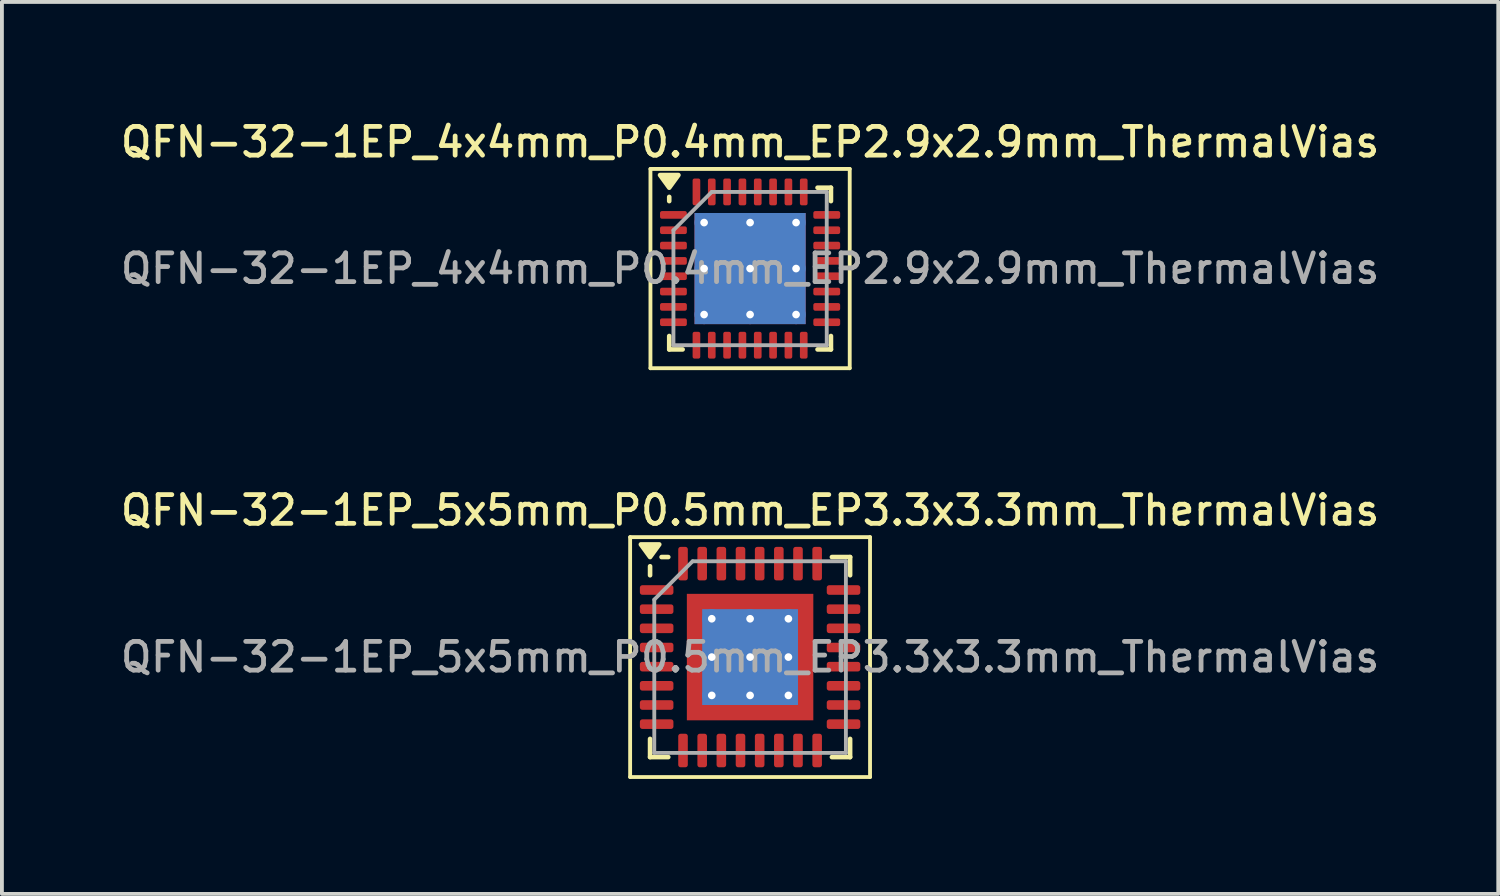
<source format=kicad_pcb>
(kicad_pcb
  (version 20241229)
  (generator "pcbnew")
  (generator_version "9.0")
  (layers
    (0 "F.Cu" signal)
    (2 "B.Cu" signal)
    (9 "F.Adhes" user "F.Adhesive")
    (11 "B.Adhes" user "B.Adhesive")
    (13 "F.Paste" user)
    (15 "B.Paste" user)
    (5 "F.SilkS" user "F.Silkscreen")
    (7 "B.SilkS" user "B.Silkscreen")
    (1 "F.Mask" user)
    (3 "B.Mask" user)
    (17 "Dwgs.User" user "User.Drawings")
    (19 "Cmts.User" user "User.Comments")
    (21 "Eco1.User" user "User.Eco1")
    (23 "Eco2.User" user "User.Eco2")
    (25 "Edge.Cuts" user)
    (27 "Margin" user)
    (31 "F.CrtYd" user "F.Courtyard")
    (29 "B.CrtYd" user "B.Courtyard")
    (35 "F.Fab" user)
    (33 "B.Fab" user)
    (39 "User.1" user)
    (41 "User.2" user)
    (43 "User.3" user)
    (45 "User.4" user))
  (footprint "QFN-32-1EP_4x4mm_P0.4mm_EP2.9x2.9mm_ThermalVias"
    (layer "F.Cu")
    (at 16.523 3.958)
    (property "Reference" "QFN-32-1EP_4x4mm_P0.4mm_EP2.9x2.9mm_ThermalVias" (at 0 -3.3 0) (layer "F.SilkS") (effects (font (size 0.75 0.75) (thickness 0.125))))
    (attr smd)
    (fp_line (start -2.6 -2.6) (end -2.6 2.6) (stroke (width 0.1) (type solid)) (layer "F.SilkS"))
    (fp_line (start -2.6 2.6) (end 2.6 2.6) (stroke (width 0.1) (type solid)) (layer "F.SilkS"))
    (fp_line (start -2.11 -1.76) (end -2.11 -1.87) (stroke (width 0.12) (type solid)) (layer "F.SilkS"))
    (fp_line (start -2.11 2.11) (end -2.11 1.76) (stroke (width 0.12) (type solid)) (layer "F.SilkS"))
    (fp_line (start -1.76 2.11) (end -2.11 2.11) (stroke (width 0.12) (type solid)) (layer "F.SilkS"))
    (fp_line (start 1.76 -2.11) (end 2.11 -2.11) (stroke (width 0.12) (type solid)) (layer "F.SilkS"))
    (fp_line (start 1.76 2.11) (end 2.11 2.11) (stroke (width 0.12) (type solid)) (layer "F.SilkS"))
    (fp_line (start 2.11 -2.11) (end 2.11 -1.76) (stroke (width 0.12) (type solid)) (layer "F.SilkS"))
    (fp_line (start 2.11 2.11) (end 2.11 1.76) (stroke (width 0.12) (type solid)) (layer "F.SilkS"))
    (fp_line (start 2.6 -2.6) (end -2.6 -2.6) (stroke (width 0.1) (type solid)) (layer "F.SilkS"))
    (fp_line (start 2.6 2.6) (end 2.6 -2.6) (stroke (width 0.1) (type solid)) (layer "F.SilkS"))
    (fp_poly (pts (xy -2.11 -2.11) (xy -2.35 -2.44) (xy -1.87 -2.44) (xy -2.11 -2.11)) (stroke (width 0.12) (type solid)) (fill yes) (layer "F.SilkS"))
    (fp_line (start -2 -1) (end -1 -2) (stroke (width 0.1) (type solid)) (layer "F.Fab"))
    (fp_line (start -2 2) (end -2 -1) (stroke (width 0.1) (type solid)) (layer "F.Fab"))
    (fp_line (start -1 -2) (end 2 -2) (stroke (width 0.1) (type solid)) (layer "F.Fab"))
    (fp_line (start 2 -2) (end 2 2) (stroke (width 0.1) (type solid)) (layer "F.Fab"))
    (fp_line (start 2 2) (end -2 2) (stroke (width 0.1) (type solid)) (layer "F.Fab"))
    (fp_text user "${REFERENCE}" (at 0 0 0) (layer "F.Fab") (effects (font (size 0.75 0.75) (thickness 0.125))))
    (pad "" smd roundrect (at -0.725 -0.725) (size 1.26 1.26) (layers "F.Paste") (roundrect_rratio 0.198))
    (pad "" smd roundrect (at -0.725 0.725) (size 1.26 1.26) (layers "F.Paste") (roundrect_rratio 0.198))
    (pad "" smd roundrect (at 0.725 -0.725) (size 1.26 1.26) (layers "F.Paste") (roundrect_rratio 0.198))
    (pad "" smd roundrect (at 0.725 0.725) (size 1.26 1.26) (layers "F.Paste") (roundrect_rratio 0.198))
    (pad "1" smd roundrect (at -2 -1.4) (size 0.7 0.2) (layers "F.Cu" "F.Mask" "F.Paste") (roundrect_rratio 0.25))
    (pad "2" smd roundrect (at -2 -1) (size 0.7 0.2) (layers "F.Cu" "F.Mask" "F.Paste") (roundrect_rratio 0.25))
    (pad "3" smd roundrect (at -2 -0.6) (size 0.7 0.2) (layers "F.Cu" "F.Mask" "F.Paste") (roundrect_rratio 0.25))
    (pad "4" smd roundrect (at -2 -0.2) (size 0.7 0.2) (layers "F.Cu" "F.Mask" "F.Paste") (roundrect_rratio 0.25))
    (pad "5" smd roundrect (at -2 0.2) (size 0.7 0.2) (layers "F.Cu" "F.Mask" "F.Paste") (roundrect_rratio 0.25))
    (pad "6" smd roundrect (at -2 0.6) (size 0.7 0.2) (layers "F.Cu" "F.Mask" "F.Paste") (roundrect_rratio 0.25))
    (pad "7" smd roundrect (at -2 1) (size 0.7 0.2) (layers "F.Cu" "F.Mask" "F.Paste") (roundrect_rratio 0.25))
    (pad "8" smd roundrect (at -2 1.4) (size 0.7 0.2) (layers "F.Cu" "F.Mask" "F.Paste") (roundrect_rratio 0.25))
    (pad "9" smd roundrect (at -1.4 2) (size 0.2 0.7) (layers "F.Cu" "F.Mask" "F.Paste") (roundrect_rratio 0.25))
    (pad "10" smd roundrect (at -1 2) (size 0.2 0.7) (layers "F.Cu" "F.Mask" "F.Paste") (roundrect_rratio 0.25))
    (pad "11" smd roundrect (at -0.6 2) (size 0.2 0.7) (layers "F.Cu" "F.Mask" "F.Paste") (roundrect_rratio 0.25))
    (pad "12" smd roundrect (at -0.2 2) (size 0.2 0.7) (layers "F.Cu" "F.Mask" "F.Paste") (roundrect_rratio 0.25))
    (pad "13" smd roundrect (at 0.2 2) (size 0.2 0.7) (layers "F.Cu" "F.Mask" "F.Paste") (roundrect_rratio 0.25))
    (pad "14" smd roundrect (at 0.6 2) (size 0.2 0.7) (layers "F.Cu" "F.Mask" "F.Paste") (roundrect_rratio 0.25))
    (pad "15" smd roundrect (at 1 2) (size 0.2 0.7) (layers "F.Cu" "F.Mask" "F.Paste") (roundrect_rratio 0.25))
    (pad "16" smd roundrect (at 1.4 2) (size 0.2 0.7) (layers "F.Cu" "F.Mask" "F.Paste") (roundrect_rratio 0.25))
    (pad "17" smd roundrect (at 2 1.4) (size 0.7 0.2) (layers "F.Cu" "F.Mask" "F.Paste") (roundrect_rratio 0.25))
    (pad "18" smd roundrect (at 2 1) (size 0.7 0.2) (layers "F.Cu" "F.Mask" "F.Paste") (roundrect_rratio 0.25))
    (pad "19" smd roundrect (at 2 0.6) (size 0.7 0.2) (layers "F.Cu" "F.Mask" "F.Paste") (roundrect_rratio 0.25))
    (pad "20" smd roundrect (at 2 0.2) (size 0.7 0.2) (layers "F.Cu" "F.Mask" "F.Paste") (roundrect_rratio 0.25))
    (pad "21" smd roundrect (at 2 -0.2) (size 0.7 0.2) (layers "F.Cu" "F.Mask" "F.Paste") (roundrect_rratio 0.25))
    (pad "22" smd roundrect (at 2 -0.6) (size 0.7 0.2) (layers "F.Cu" "F.Mask" "F.Paste") (roundrect_rratio 0.25))
    (pad "23" smd roundrect (at 2 -1) (size 0.7 0.2) (layers "F.Cu" "F.Mask" "F.Paste") (roundrect_rratio 0.25))
    (pad "24" smd roundrect (at 2 -1.4) (size 0.7 0.2) (layers "F.Cu" "F.Mask" "F.Paste") (roundrect_rratio 0.25))
    (pad "25" smd roundrect (at 1.4 -2) (size 0.2 0.7) (layers "F.Cu" "F.Mask" "F.Paste") (roundrect_rratio 0.25))
    (pad "26" smd roundrect (at 1 -2) (size 0.2 0.7) (layers "F.Cu" "F.Mask" "F.Paste") (roundrect_rratio 0.25))
    (pad "27" smd roundrect (at 0.6 -2) (size 0.2 0.7) (layers "F.Cu" "F.Mask" "F.Paste") (roundrect_rratio 0.25))
    (pad "28" smd roundrect (at 0.2 -2) (size 0.2 0.7) (layers "F.Cu" "F.Mask" "F.Paste") (roundrect_rratio 0.25))
    (pad "29" smd roundrect (at -0.2 -2) (size 0.2 0.7) (layers "F.Cu" "F.Mask" "F.Paste") (roundrect_rratio 0.25))
    (pad "30" smd roundrect (at -0.6 -2) (size 0.2 0.7) (layers "F.Cu" "F.Mask" "F.Paste") (roundrect_rratio 0.25))
    (pad "31" smd roundrect (at -1 -2) (size 0.2 0.7) (layers "F.Cu" "F.Mask" "F.Paste") (roundrect_rratio 0.25))
    (pad "32" smd roundrect (at -1.4 -2) (size 0.2 0.7) (layers "F.Cu" "F.Mask" "F.Paste") (roundrect_rratio 0.25))
    (pad "33" thru_hole circle (at -1.2 -1.2) (size 0.5 0.5) (drill 0.2) (property pad_prop_heatsink) (layers "*.Cu"))
    (pad "33" thru_hole circle (at -1.2 0) (size 0.5 0.5) (drill 0.2) (property pad_prop_heatsink) (layers "*.Cu"))
    (pad "33" thru_hole circle (at -1.2 1.2) (size 0.5 0.5) (drill 0.2) (property pad_prop_heatsink) (layers "*.Cu"))
    (pad "33" thru_hole circle (at 0 -1.2) (size 0.5 0.5) (drill 0.2) (property pad_prop_heatsink) (layers "*.Cu"))
    (pad "33" thru_hole circle (at 0 0) (size 0.5 0.5) (drill 0.2) (property pad_prop_heatsink) (layers "*.Cu"))
    (pad "33" smd rect (at 0 0) (size 2.9 2.9) (property pad_prop_heatsink) (layers "F.Cu" "F.Mask"))
    (pad "33" smd rect (at 0 0) (size 2.9 2.9) (property pad_prop_heatsink) (layers "B.Cu"))
    (pad "33" thru_hole circle (at 0 1.2) (size 0.5 0.5) (drill 0.2) (property pad_prop_heatsink) (layers "*.Cu"))
    (pad "33" thru_hole circle (at 1.2 -1.2) (size 0.5 0.5) (drill 0.2) (property pad_prop_heatsink) (layers "*.Cu"))
    (pad "33" thru_hole circle (at 1.2 0) (size 0.5 0.5) (drill 0.2) (property pad_prop_heatsink) (layers "*.Cu"))
    (pad "33" thru_hole circle (at 1.2 1.2) (size 0.5 0.5) (drill 0.2) (property pad_prop_heatsink) (layers "*.Cu")))
  (footprint "QFN-32-1EP_5x5mm_P0.5mm_EP3.3x3.3mm_ThermalVias"
    (layer "F.Cu")
    (at 16.523 14.096)
    (property "Reference" "QFN-32-1EP_5x5mm_P0.5mm_EP3.3x3.3mm_ThermalVias" (at 0 -3.83 0) (layer "F.SilkS") (effects (font (size 0.75 0.75) (thickness 0.125))))
    (attr smd)
    (fp_line (start -3.13 -3.13) (end -3.13 3.13) (stroke (width 0.1) (type solid)) (layer "F.SilkS"))
    (fp_line (start -3.13 3.13) (end 3.13 3.13) (stroke (width 0.1) (type solid)) (layer "F.SilkS"))
    (fp_line (start -2.61 -2.135) (end -2.61 -2.37) (stroke (width 0.12) (type solid)) (layer "F.SilkS"))
    (fp_line (start -2.61 2.61) (end -2.61 2.135) (stroke (width 0.12) (type solid)) (layer "F.SilkS"))
    (fp_line (start -2.135 -2.61) (end -2.31 -2.61) (stroke (width 0.12) (type solid)) (layer "F.SilkS"))
    (fp_line (start -2.135 2.61) (end -2.61 2.61) (stroke (width 0.12) (type solid)) (layer "F.SilkS"))
    (fp_line (start 2.135 -2.61) (end 2.61 -2.61) (stroke (width 0.12) (type solid)) (layer "F.SilkS"))
    (fp_line (start 2.135 2.61) (end 2.61 2.61) (stroke (width 0.12) (type solid)) (layer "F.SilkS"))
    (fp_line (start 2.61 -2.61) (end 2.61 -2.135) (stroke (width 0.12) (type solid)) (layer "F.SilkS"))
    (fp_line (start 2.61 2.61) (end 2.61 2.135) (stroke (width 0.12) (type solid)) (layer "F.SilkS"))
    (fp_line (start 3.13 -3.13) (end -3.13 -3.13) (stroke (width 0.1) (type solid)) (layer "F.SilkS"))
    (fp_line (start 3.13 3.13) (end 3.13 -3.13) (stroke (width 0.1) (type solid)) (layer "F.SilkS"))
    (fp_poly (pts (xy -2.61 -2.61) (xy -2.85 -2.94) (xy -2.37 -2.94) (xy -2.61 -2.61)) (stroke (width 0.12) (type solid)) (fill yes) (layer "F.SilkS"))
    (fp_line (start -2.5 -1.5) (end -1.5 -2.5) (stroke (width 0.1) (type solid)) (layer "F.Fab"))
    (fp_line (start -2.5 2.5) (end -2.5 -1.5) (stroke (width 0.1) (type solid)) (layer "F.Fab"))
    (fp_line (start -1.5 -2.5) (end 2.5 -2.5) (stroke (width 0.1) (type solid)) (layer "F.Fab"))
    (fp_line (start 2.5 -2.5) (end 2.5 2.5) (stroke (width 0.1) (type solid)) (layer "F.Fab"))
    (fp_line (start 2.5 2.5) (end -2.5 2.5) (stroke (width 0.1) (type solid)) (layer "F.Fab"))
    (fp_text user "${REFERENCE}" (at 0 0 0) (layer "F.Fab") (effects (font (size 0.75 0.75) (thickness 0.125))))
    (pad "" smd custom (at -1.325 -1.325) (size 0.413 0.413) (layers "F.Paste") (options (anchor circle)) (primitives (gr_poly (pts (xy -0.151 -0.151) (xy 0.151 -0.151) (xy 0.151 0.059) (xy 0.059 0.151) (xy -0.151 0.151)) (width 0.222) (fill yes))))
    (pad "" smd custom (at -1.325 -0.5) (size 0.437 0.437) (layers "F.Paste") (options (anchor circle)) (primitives (gr_poly (pts (xy -0.175 -0.316) (xy 0.103 -0.316) (xy 0.175 -0.244) (xy 0.175 0.244) (xy 0.103 0.316) (xy -0.175 0.316)) (width 0.174) (fill yes))))
    (pad "" smd custom (at -1.325 0.5) (size 0.437 0.437) (layers "F.Paste") (options (anchor circle)) (primitives (gr_poly (pts (xy -0.175 -0.316) (xy 0.103 -0.316) (xy 0.175 -0.244) (xy 0.175 0.244) (xy 0.103 0.316) (xy -0.175 0.316)) (width 0.174) (fill yes))))
    (pad "" smd custom (at -1.325 1.325) (size 0.413 0.413) (layers "F.Paste") (options (anchor circle)) (primitives (gr_poly (pts (xy -0.151 -0.151) (xy 0.059 -0.151) (xy 0.151 -0.059) (xy 0.151 0.151) (xy -0.151 0.151)) (width 0.222) (fill yes))))
    (pad "" smd custom (at -0.5 -1.325) (size 0.437 0.437) (layers "F.Paste") (options (anchor circle)) (primitives (gr_poly (pts (xy -0.316 -0.175) (xy 0.316 -0.175) (xy 0.316 0.103) (xy 0.244 0.175) (xy -0.244 0.175) (xy -0.316 0.103)) (width 0.174) (fill yes))))
    (pad "" smd roundrect (at -0.5 -0.5) (size 0.806 0.806) (layers "F.Paste") (roundrect_rratio 0.25))
    (pad "" smd roundrect (at -0.5 0.5) (size 0.806 0.806) (layers "F.Paste") (roundrect_rratio 0.25))
    (pad "" smd custom (at -0.5 1.325) (size 0.437 0.437) (layers "F.Paste") (options (anchor circle)) (primitives (gr_poly (pts (xy -0.316 -0.103) (xy -0.244 -0.175) (xy 0.244 -0.175) (xy 0.316 -0.103) (xy 0.316 0.175) (xy -0.316 0.175)) (width 0.174) (fill yes))))
    (pad "" smd custom (at 0.5 -1.325) (size 0.437 0.437) (layers "F.Paste") (options (anchor circle)) (primitives (gr_poly (pts (xy -0.316 -0.175) (xy 0.316 -0.175) (xy 0.316 0.103) (xy 0.244 0.175) (xy -0.244 0.175) (xy -0.316 0.103)) (width 0.174) (fill yes))))
    (pad "" smd roundrect (at 0.5 -0.5) (size 0.806 0.806) (layers "F.Paste") (roundrect_rratio 0.25))
    (pad "" smd roundrect (at 0.5 0.5) (size 0.806 0.806) (layers "F.Paste") (roundrect_rratio 0.25))
    (pad "" smd custom (at 0.5 1.325) (size 0.437 0.437) (layers "F.Paste") (options (anchor circle)) (primitives (gr_poly (pts (xy -0.316 -0.103) (xy -0.244 -0.175) (xy 0.244 -0.175) (xy 0.316 -0.103) (xy 0.316 0.175) (xy -0.316 0.175)) (width 0.174) (fill yes))))
    (pad "" smd custom (at 1.325 -1.325) (size 0.413 0.413) (layers "F.Paste") (options (anchor circle)) (primitives (gr_poly (pts (xy -0.151 -0.151) (xy 0.151 -0.151) (xy 0.151 0.151) (xy -0.059 0.151) (xy -0.151 0.059)) (width 0.222) (fill yes))))
    (pad "" smd custom (at 1.325 -0.5) (size 0.437 0.437) (layers "F.Paste") (options (anchor circle)) (primitives (gr_poly (pts (xy -0.175 -0.244) (xy -0.103 -0.316) (xy 0.175 -0.316) (xy 0.175 0.316) (xy -0.103 0.316) (xy -0.175 0.244)) (width 0.174) (fill yes))))
    (pad "" smd custom (at 1.325 0.5) (size 0.437 0.437) (layers "F.Paste") (options (anchor circle)) (primitives (gr_poly (pts (xy -0.175 -0.244) (xy -0.103 -0.316) (xy 0.175 -0.316) (xy 0.175 0.316) (xy -0.103 0.316) (xy -0.175 0.244)) (width 0.174) (fill yes))))
    (pad "" smd custom (at 1.325 1.325) (size 0.413 0.413) (layers "F.Paste") (options (anchor circle)) (primitives (gr_poly (pts (xy -0.151 -0.059) (xy -0.059 -0.151) (xy 0.151 -0.151) (xy 0.151 0.151) (xy -0.151 0.151)) (width 0.222) (fill yes))))
    (pad "1" smd roundrect (at -2.438 -1.75) (size 0.875 0.25) (layers "F.Cu" "F.Mask" "F.Paste") (roundrect_rratio 0.25))
    (pad "2" smd roundrect (at -2.438 -1.25) (size 0.875 0.25) (layers "F.Cu" "F.Mask" "F.Paste") (roundrect_rratio 0.25))
    (pad "3" smd roundrect (at -2.438 -0.75) (size 0.875 0.25) (layers "F.Cu" "F.Mask" "F.Paste") (roundrect_rratio 0.25))
    (pad "4" smd roundrect (at -2.438 -0.25) (size 0.875 0.25) (layers "F.Cu" "F.Mask" "F.Paste") (roundrect_rratio 0.25))
    (pad "5" smd roundrect (at -2.438 0.25) (size 0.875 0.25) (layers "F.Cu" "F.Mask" "F.Paste") (roundrect_rratio 0.25))
    (pad "6" smd roundrect (at -2.438 0.75) (size 0.875 0.25) (layers "F.Cu" "F.Mask" "F.Paste") (roundrect_rratio 0.25))
    (pad "7" smd roundrect (at -2.438 1.25) (size 0.875 0.25) (layers "F.Cu" "F.Mask" "F.Paste") (roundrect_rratio 0.25))
    (pad "8" smd roundrect (at -2.438 1.75) (size 0.875 0.25) (layers "F.Cu" "F.Mask" "F.Paste") (roundrect_rratio 0.25))
    (pad "9" smd roundrect (at -1.75 2.438) (size 0.25 0.875) (layers "F.Cu" "F.Mask" "F.Paste") (roundrect_rratio 0.25))
    (pad "10" smd roundrect (at -1.25 2.438) (size 0.25 0.875) (layers "F.Cu" "F.Mask" "F.Paste") (roundrect_rratio 0.25))
    (pad "11" smd roundrect (at -0.75 2.438) (size 0.25 0.875) (layers "F.Cu" "F.Mask" "F.Paste") (roundrect_rratio 0.25))
    (pad "12" smd roundrect (at -0.25 2.438) (size 0.25 0.875) (layers "F.Cu" "F.Mask" "F.Paste") (roundrect_rratio 0.25))
    (pad "13" smd roundrect (at 0.25 2.438) (size 0.25 0.875) (layers "F.Cu" "F.Mask" "F.Paste") (roundrect_rratio 0.25))
    (pad "14" smd roundrect (at 0.75 2.438) (size 0.25 0.875) (layers "F.Cu" "F.Mask" "F.Paste") (roundrect_rratio 0.25))
    (pad "15" smd roundrect (at 1.25 2.438) (size 0.25 0.875) (layers "F.Cu" "F.Mask" "F.Paste") (roundrect_rratio 0.25))
    (pad "16" smd roundrect (at 1.75 2.438) (size 0.25 0.875) (layers "F.Cu" "F.Mask" "F.Paste") (roundrect_rratio 0.25))
    (pad "17" smd roundrect (at 2.438 1.75) (size 0.875 0.25) (layers "F.Cu" "F.Mask" "F.Paste") (roundrect_rratio 0.25))
    (pad "18" smd roundrect (at 2.438 1.25) (size 0.875 0.25) (layers "F.Cu" "F.Mask" "F.Paste") (roundrect_rratio 0.25))
    (pad "19" smd roundrect (at 2.438 0.75) (size 0.875 0.25) (layers "F.Cu" "F.Mask" "F.Paste") (roundrect_rratio 0.25))
    (pad "20" smd roundrect (at 2.438 0.25) (size 0.875 0.25) (layers "F.Cu" "F.Mask" "F.Paste") (roundrect_rratio 0.25))
    (pad "21" smd roundrect (at 2.438 -0.25) (size 0.875 0.25) (layers "F.Cu" "F.Mask" "F.Paste") (roundrect_rratio 0.25))
    (pad "22" smd roundrect (at 2.438 -0.75) (size 0.875 0.25) (layers "F.Cu" "F.Mask" "F.Paste") (roundrect_rratio 0.25))
    (pad "23" smd roundrect (at 2.438 -1.25) (size 0.875 0.25) (layers "F.Cu" "F.Mask" "F.Paste") (roundrect_rratio 0.25))
    (pad "24" smd roundrect (at 2.438 -1.75) (size 0.875 0.25) (layers "F.Cu" "F.Mask" "F.Paste") (roundrect_rratio 0.25))
    (pad "25" smd roundrect (at 1.75 -2.438) (size 0.25 0.875) (layers "F.Cu" "F.Mask" "F.Paste") (roundrect_rratio 0.25))
    (pad "26" smd roundrect (at 1.25 -2.438) (size 0.25 0.875) (layers "F.Cu" "F.Mask" "F.Paste") (roundrect_rratio 0.25))
    (pad "27" smd roundrect (at 0.75 -2.438) (size 0.25 0.875) (layers "F.Cu" "F.Mask" "F.Paste") (roundrect_rratio 0.25))
    (pad "28" smd roundrect (at 0.25 -2.438) (size 0.25 0.875) (layers "F.Cu" "F.Mask" "F.Paste") (roundrect_rratio 0.25))
    (pad "29" smd roundrect (at -0.25 -2.438) (size 0.25 0.875) (layers "F.Cu" "F.Mask" "F.Paste") (roundrect_rratio 0.25))
    (pad "30" smd roundrect (at -0.75 -2.438) (size 0.25 0.875) (layers "F.Cu" "F.Mask" "F.Paste") (roundrect_rratio 0.25))
    (pad "31" smd roundrect (at -1.25 -2.438) (size 0.25 0.875) (layers "F.Cu" "F.Mask" "F.Paste") (roundrect_rratio 0.25))
    (pad "32" smd roundrect (at -1.75 -2.438) (size 0.25 0.875) (layers "F.Cu" "F.Mask" "F.Paste") (roundrect_rratio 0.25))
    (pad "33" thru_hole circle (at -1 -1) (size 0.5 0.5) (drill 0.2) (property pad_prop_heatsink) (layers "*.Cu"))
    (pad "33" thru_hole circle (at -1 0) (size 0.5 0.5) (drill 0.2) (property pad_prop_heatsink) (layers "*.Cu"))
    (pad "33" thru_hole circle (at -1 1) (size 0.5 0.5) (drill 0.2) (property pad_prop_heatsink) (layers "*.Cu"))
    (pad "33" thru_hole circle (at 0 -1) (size 0.5 0.5) (drill 0.2) (property pad_prop_heatsink) (layers "*.Cu"))
    (pad "33" thru_hole circle (at 0 0) (size 0.5 0.5) (drill 0.2) (property pad_prop_heatsink) (layers "*.Cu"))
    (pad "33" smd rect (at 0 0) (size 2.5 2.5) (property pad_prop_heatsink) (layers "B.Cu"))
    (pad "33" smd rect (at 0 0) (size 3.3 3.3) (property pad_prop_heatsink) (layers "F.Cu" "F.Mask"))
    (pad "33" thru_hole circle (at 0 1) (size 0.5 0.5) (drill 0.2) (property pad_prop_heatsink) (layers "*.Cu"))
    (pad "33" thru_hole circle (at 1 -1) (size 0.5 0.5) (drill 0.2) (property pad_prop_heatsink) (layers "*.Cu"))
    (pad "33" thru_hole circle (at 1 0) (size 0.5 0.5) (drill 0.2) (property pad_prop_heatsink) (layers "*.Cu"))
    (pad "33" thru_hole circle (at 1 1) (size 0.5 0.5) (drill 0.2) (property pad_prop_heatsink) (layers "*.Cu")))
  (gr_rect
    (start -3 -3)
    (end 36.046 20.276)
    (stroke (width 0.1) (type default))
    (fill no)
    (layer "Edge.Cuts")))
</source>
